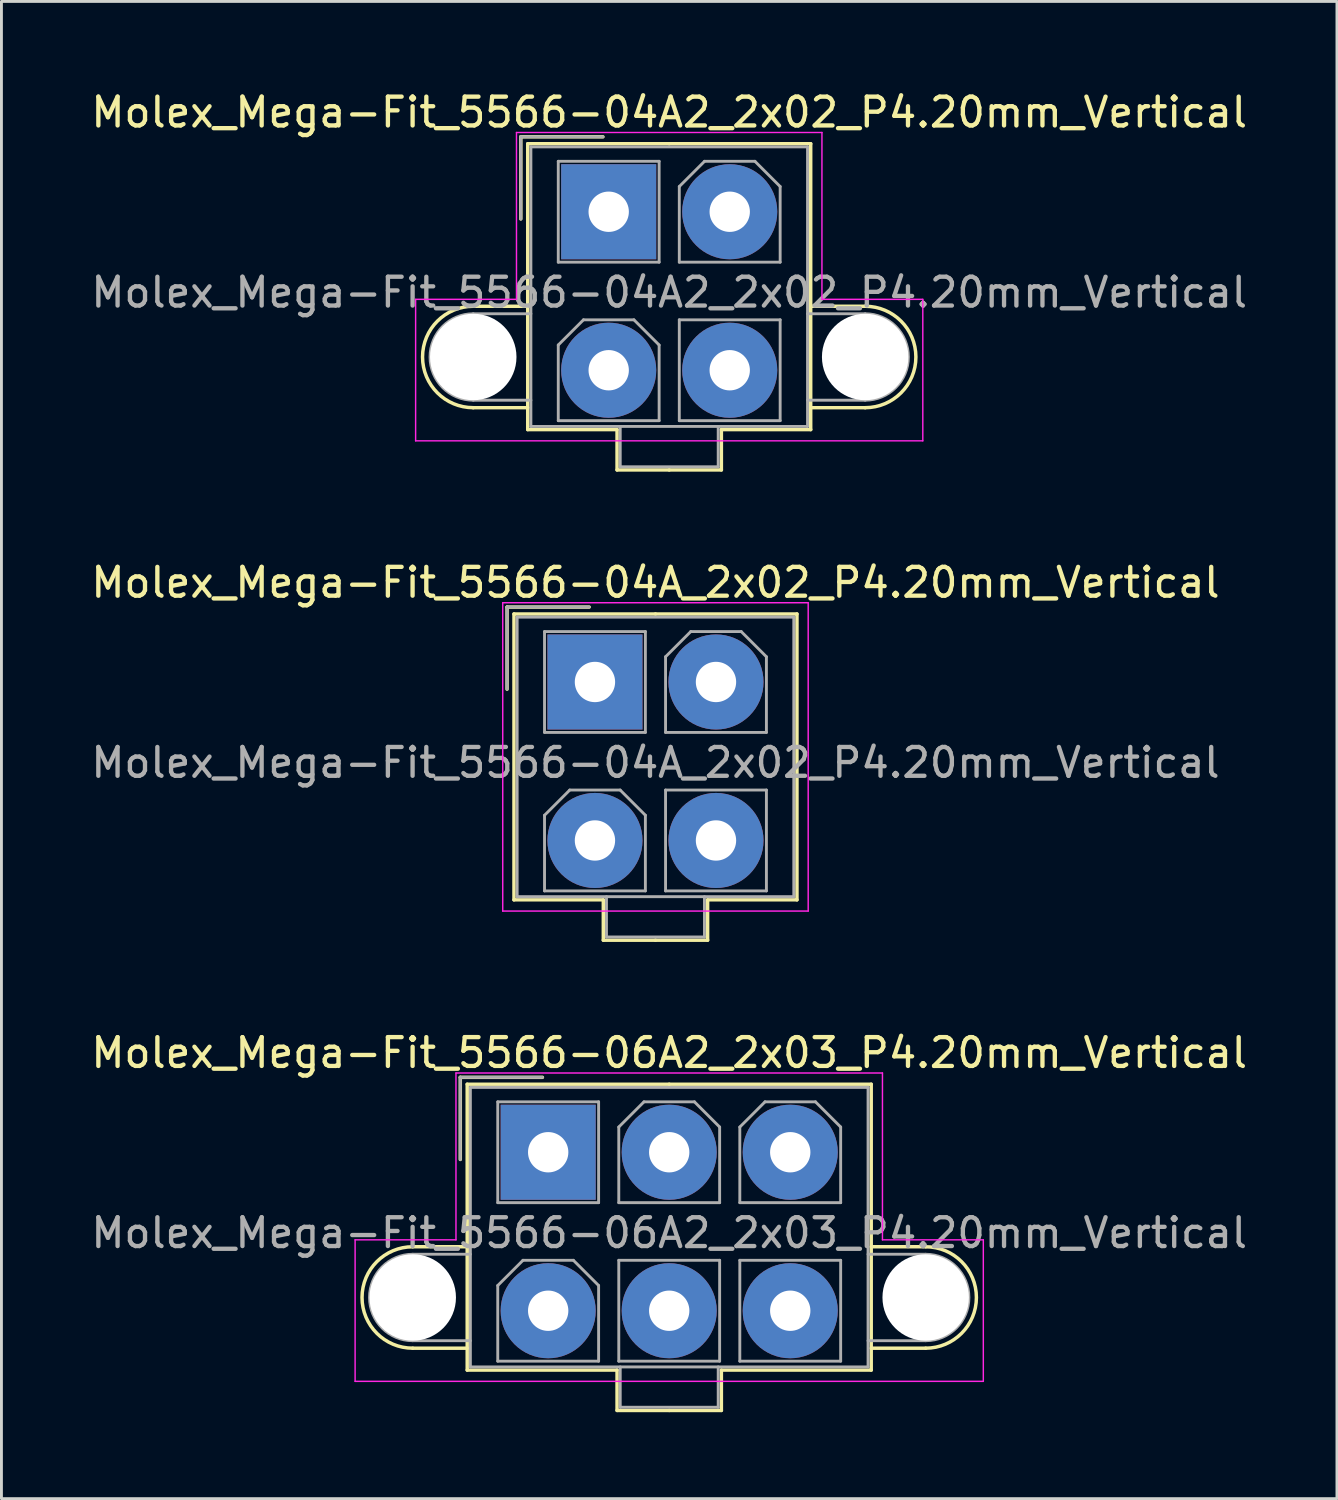
<source format=kicad_pcb>
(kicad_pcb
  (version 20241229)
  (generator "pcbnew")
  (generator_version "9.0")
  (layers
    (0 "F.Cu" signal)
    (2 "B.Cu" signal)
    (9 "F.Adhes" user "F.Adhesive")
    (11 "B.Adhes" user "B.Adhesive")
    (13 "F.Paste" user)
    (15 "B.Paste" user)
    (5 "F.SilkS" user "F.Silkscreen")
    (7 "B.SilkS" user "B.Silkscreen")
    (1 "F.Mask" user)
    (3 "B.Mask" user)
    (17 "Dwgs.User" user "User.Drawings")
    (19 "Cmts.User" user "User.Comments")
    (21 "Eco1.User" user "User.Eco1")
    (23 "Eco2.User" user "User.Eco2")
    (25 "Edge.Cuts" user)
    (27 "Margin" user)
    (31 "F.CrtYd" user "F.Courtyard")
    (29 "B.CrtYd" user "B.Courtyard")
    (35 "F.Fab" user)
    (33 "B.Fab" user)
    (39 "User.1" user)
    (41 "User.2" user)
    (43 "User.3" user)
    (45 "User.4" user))
  (footprint "Molex_Mega-Fit_5566-06A2_2x03_P4.20mm_Vertical"
    (layer "F.Cu")
    (at 15.973 36.935)
    (property "Reference" "Molex_Mega-Fit_5566-06A2_2x03_P4.20mm_Vertical" (at 4.2 -3.45 0) (layer "F.SilkS") (effects (font (size 1 1) (thickness 0.15))))
    (attr through_hole)
    (fp_line (start -4.7 3.28) (end -2.81 3.28) (stroke (width 0.12) (type solid)) (layer "F.SilkS"))
    (fp_line (start -4.7 6.8) (end -2.81 6.8) (stroke (width 0.12) (type solid)) (layer "F.SilkS"))
    (fp_line (start -3.05 -2.6) (end -3.05 0.25) (stroke (width 0.12) (type solid)) (layer "F.SilkS"))
    (fp_line (start -2.81 -2.36) (end -2.81 7.56) (stroke (width 0.12) (type solid)) (layer "F.SilkS"))
    (fp_line (start -2.81 7.56) (end 2.39 7.56) (stroke (width 0.12) (type solid)) (layer "F.SilkS"))
    (fp_line (start -0.2 -2.6) (end -3.05 -2.6) (stroke (width 0.12) (type solid)) (layer "F.SilkS"))
    (fp_line (start 2.39 7.56) (end 2.39 8.96) (stroke (width 0.12) (type solid)) (layer "F.SilkS"))
    (fp_line (start 2.39 8.96) (end 4.2 8.96) (stroke (width 0.12) (type solid)) (layer "F.SilkS"))
    (fp_line (start 4.2 -2.36) (end -2.81 -2.36) (stroke (width 0.12) (type solid)) (layer "F.SilkS"))
    (fp_line (start 4.2 -2.36) (end 11.21 -2.36) (stroke (width 0.12) (type solid)) (layer "F.SilkS"))
    (fp_line (start 6.01 7.56) (end 6.01 8.96) (stroke (width 0.12) (type solid)) (layer "F.SilkS"))
    (fp_line (start 6.01 8.96) (end 4.2 8.96) (stroke (width 0.12) (type solid)) (layer "F.SilkS"))
    (fp_line (start 11.21 -2.36) (end 11.21 7.56) (stroke (width 0.12) (type solid)) (layer "F.SilkS"))
    (fp_line (start 11.21 7.56) (end 6.01 7.56) (stroke (width 0.12) (type solid)) (layer "F.SilkS"))
    (fp_line (start 13.1 3.28) (end 11.21 3.28) (stroke (width 0.12) (type solid)) (layer "F.SilkS"))
    (fp_line (start 13.1 6.8) (end 11.21 6.8) (stroke (width 0.12) (type solid)) (layer "F.SilkS"))
    (fp_arc (start -4.7 6.8) (mid -6.46 5.04) (end -4.7 3.28) (stroke (width 0.12) (type solid)) (layer "F.SilkS"))
    (fp_arc (start 13.1 3.28) (mid 14.86 5.04) (end 13.1 6.8) (stroke (width 0.12) (type solid)) (layer "F.SilkS"))
    (fp_line (start -6.7 3.04) (end -6.7 7.95) (stroke (width 0.05) (type solid)) (layer "F.CrtYd"))
    (fp_line (start -6.7 7.95) (end 15.1 7.95) (stroke (width 0.05) (type solid)) (layer "F.CrtYd"))
    (fp_line (start -3.2 -2.75) (end -3.2 3.04) (stroke (width 0.05) (type solid)) (layer "F.CrtYd"))
    (fp_line (start -3.2 3.04) (end -6.7 3.04) (stroke (width 0.05) (type solid)) (layer "F.CrtYd"))
    (fp_line (start 11.6 -2.75) (end -3.2 -2.75) (stroke (width 0.05) (type solid)) (layer "F.CrtYd"))
    (fp_line (start 11.6 3.04) (end 11.6 -2.75) (stroke (width 0.05) (type solid)) (layer "F.CrtYd"))
    (fp_line (start 15.1 3.04) (end 11.6 3.04) (stroke (width 0.05) (type solid)) (layer "F.CrtYd"))
    (fp_line (start 15.1 7.95) (end 15.1 3.04) (stroke (width 0.05) (type solid)) (layer "F.CrtYd"))
    (fp_line (start -4.7 3.54) (end -2.7 3.54) (stroke (width 0.1) (type solid)) (layer "F.Fab"))
    (fp_line (start -4.7 6.54) (end -2.7 6.54) (stroke (width 0.1) (type solid)) (layer "F.Fab"))
    (fp_line (start -3.05 -2.6) (end -3.05 0.25) (stroke (width 0.1) (type solid)) (layer "F.Fab"))
    (fp_line (start -2.7 -2.25) (end -2.7 7.45) (stroke (width 0.1) (type solid)) (layer "F.Fab"))
    (fp_line (start -2.7 7.45) (end 11.1 7.45) (stroke (width 0.1) (type solid)) (layer "F.Fab"))
    (fp_line (start -1.75 -1.75) (end -1.75 1.75) (stroke (width 0.1) (type solid)) (layer "F.Fab"))
    (fp_line (start -1.75 1.75) (end 1.75 1.75) (stroke (width 0.1) (type solid)) (layer "F.Fab"))
    (fp_line (start -1.75 4.625) (end -0.875 3.75) (stroke (width 0.1) (type solid)) (layer "F.Fab"))
    (fp_line (start -1.75 7.25) (end -1.75 4.625) (stroke (width 0.1) (type solid)) (layer "F.Fab"))
    (fp_line (start -0.875 3.75) (end 0.875 3.75) (stroke (width 0.1) (type solid)) (layer "F.Fab"))
    (fp_line (start -0.2 -2.6) (end -3.05 -2.6) (stroke (width 0.1) (type solid)) (layer "F.Fab"))
    (fp_line (start 0.875 3.75) (end 1.75 4.625) (stroke (width 0.1) (type solid)) (layer "F.Fab"))
    (fp_line (start 1.75 -1.75) (end -1.75 -1.75) (stroke (width 0.1) (type solid)) (layer "F.Fab"))
    (fp_line (start 1.75 1.75) (end 1.75 -1.75) (stroke (width 0.1) (type solid)) (layer "F.Fab"))
    (fp_line (start 1.75 4.625) (end 1.75 7.25) (stroke (width 0.1) (type solid)) (layer "F.Fab"))
    (fp_line (start 1.75 7.25) (end -1.75 7.25) (stroke (width 0.1) (type solid)) (layer "F.Fab"))
    (fp_line (start 2.45 -0.875) (end 3.325 -1.75) (stroke (width 0.1) (type solid)) (layer "F.Fab"))
    (fp_line (start 2.45 1.75) (end 2.45 -0.875) (stroke (width 0.1) (type solid)) (layer "F.Fab"))
    (fp_line (start 2.45 3.75) (end 2.45 7.25) (stroke (width 0.1) (type solid)) (layer "F.Fab"))
    (fp_line (start 2.45 7.25) (end 5.95 7.25) (stroke (width 0.1) (type solid)) (layer "F.Fab"))
    (fp_line (start 2.5 7.45) (end 2.5 8.85) (stroke (width 0.1) (type solid)) (layer "F.Fab"))
    (fp_line (start 2.5 8.85) (end 5.9 8.85) (stroke (width 0.1) (type solid)) (layer "F.Fab"))
    (fp_line (start 3.325 -1.75) (end 5.075 -1.75) (stroke (width 0.1) (type solid)) (layer "F.Fab"))
    (fp_line (start 5.075 -1.75) (end 5.95 -0.875) (stroke (width 0.1) (type solid)) (layer "F.Fab"))
    (fp_line (start 5.9 8.85) (end 5.9 7.45) (stroke (width 0.1) (type solid)) (layer "F.Fab"))
    (fp_line (start 5.95 -0.875) (end 5.95 1.75) (stroke (width 0.1) (type solid)) (layer "F.Fab"))
    (fp_line (start 5.95 1.75) (end 2.45 1.75) (stroke (width 0.1) (type solid)) (layer "F.Fab"))
    (fp_line (start 5.95 3.75) (end 2.45 3.75) (stroke (width 0.1) (type solid)) (layer "F.Fab"))
    (fp_line (start 5.95 7.25) (end 5.95 3.75) (stroke (width 0.1) (type solid)) (layer "F.Fab"))
    (fp_line (start 6.65 -0.875) (end 7.525 -1.75) (stroke (width 0.1) (type solid)) (layer "F.Fab"))
    (fp_line (start 6.65 1.75) (end 6.65 -0.875) (stroke (width 0.1) (type solid)) (layer "F.Fab"))
    (fp_line (start 6.65 3.75) (end 6.65 7.25) (stroke (width 0.1) (type solid)) (layer "F.Fab"))
    (fp_line (start 6.65 7.25) (end 10.15 7.25) (stroke (width 0.1) (type solid)) (layer "F.Fab"))
    (fp_line (start 7.525 -1.75) (end 9.275 -1.75) (stroke (width 0.1) (type solid)) (layer "F.Fab"))
    (fp_line (start 9.275 -1.75) (end 10.15 -0.875) (stroke (width 0.1) (type solid)) (layer "F.Fab"))
    (fp_line (start 10.15 -0.875) (end 10.15 1.75) (stroke (width 0.1) (type solid)) (layer "F.Fab"))
    (fp_line (start 10.15 1.75) (end 6.65 1.75) (stroke (width 0.1) (type solid)) (layer "F.Fab"))
    (fp_line (start 10.15 3.75) (end 6.65 3.75) (stroke (width 0.1) (type solid)) (layer "F.Fab"))
    (fp_line (start 10.15 7.25) (end 10.15 3.75) (stroke (width 0.1) (type solid)) (layer "F.Fab"))
    (fp_line (start 11.1 -2.25) (end -2.7 -2.25) (stroke (width 0.1) (type solid)) (layer "F.Fab"))
    (fp_line (start 11.1 7.45) (end 11.1 -2.25) (stroke (width 0.1) (type solid)) (layer "F.Fab"))
    (fp_line (start 13.1 3.54) (end 11.1 3.54) (stroke (width 0.1) (type solid)) (layer "F.Fab"))
    (fp_line (start 13.1 6.54) (end 11.1 6.54) (stroke (width 0.1) (type solid)) (layer "F.Fab"))
    (fp_arc (start -4.7 6.54) (mid -6.2 5.04) (end -4.7 3.54) (stroke (width 0.1) (type solid)) (layer "F.Fab"))
    (fp_arc (start 13.1 3.54) (mid 14.6 5.04) (end 13.1 6.54) (stroke (width 0.1) (type solid)) (layer "F.Fab"))
    (fp_text user "${REFERENCE}" (at 4.2 2.8 0) (layer "F.Fab") (effects (font (size 1 1) (thickness 0.15))))
    (pad "" np_thru_hole circle (at -4.7 5.04) (size 3 3) (drill 3) (layers "*.Cu" "*.Mask"))
    (pad "" np_thru_hole circle (at 13.1 5.04) (size 3 3) (drill 3) (layers "*.Cu" "*.Mask"))
    (pad "1" thru_hole rect (at 0 0) (size 3.3 3.3) (drill 1.4) (layers "*.Cu" "*.Mask"))
    (pad "2" thru_hole circle (at 4.2 0) (size 3.3 3.3) (drill 1.4) (layers "*.Cu" "*.Mask"))
    (pad "3" thru_hole circle (at 8.4 0) (size 3.3 3.3) (drill 1.4) (layers "*.Cu" "*.Mask"))
    (pad "4" thru_hole circle (at 0 5.5) (size 3.3 3.3) (drill 1.4) (layers "*.Cu" "*.Mask"))
    (pad "5" thru_hole circle (at 4.2 5.5) (size 3.3 3.3) (drill 1.4) (layers "*.Cu" "*.Mask"))
    (pad "6" thru_hole circle (at 8.4 5.5) (size 3.3 3.3) (drill 1.4) (layers "*.Cu" "*.Mask")))
  (footprint "Molex_Mega-Fit_5566-04A2_2x02_P4.20mm_Vertical"
    (layer "F.Cu")
    (at 18.073 4.298)
    (property "Reference" "Molex_Mega-Fit_5566-04A2_2x02_P4.20mm_Vertical" (at 2.1 -3.45 0) (layer "F.SilkS") (effects (font (size 1 1) (thickness 0.15))))
    (attr through_hole)
    (fp_line (start -4.7 3.28) (end -2.81 3.28) (stroke (width 0.12) (type solid)) (layer "F.SilkS"))
    (fp_line (start -4.7 6.8) (end -2.81 6.8) (stroke (width 0.12) (type solid)) (layer "F.SilkS"))
    (fp_line (start -3.05 -2.6) (end -3.05 0.25) (stroke (width 0.12) (type solid)) (layer "F.SilkS"))
    (fp_line (start -2.81 -2.36) (end -2.81 7.56) (stroke (width 0.12) (type solid)) (layer "F.SilkS"))
    (fp_line (start -2.81 7.56) (end 0.29 7.56) (stroke (width 0.12) (type solid)) (layer "F.SilkS"))
    (fp_line (start -0.2 -2.6) (end -3.05 -2.6) (stroke (width 0.12) (type solid)) (layer "F.SilkS"))
    (fp_line (start 0.29 7.56) (end 0.29 8.96) (stroke (width 0.12) (type solid)) (layer "F.SilkS"))
    (fp_line (start 0.29 8.96) (end 2.1 8.96) (stroke (width 0.12) (type solid)) (layer "F.SilkS"))
    (fp_line (start 2.1 -2.36) (end -2.81 -2.36) (stroke (width 0.12) (type solid)) (layer "F.SilkS"))
    (fp_line (start 2.1 -2.36) (end 7.01 -2.36) (stroke (width 0.12) (type solid)) (layer "F.SilkS"))
    (fp_line (start 3.91 7.56) (end 3.91 8.96) (stroke (width 0.12) (type solid)) (layer "F.SilkS"))
    (fp_line (start 3.91 8.96) (end 2.1 8.96) (stroke (width 0.12) (type solid)) (layer "F.SilkS"))
    (fp_line (start 7.01 -2.36) (end 7.01 7.56) (stroke (width 0.12) (type solid)) (layer "F.SilkS"))
    (fp_line (start 7.01 7.56) (end 3.91 7.56) (stroke (width 0.12) (type solid)) (layer "F.SilkS"))
    (fp_line (start 8.9 3.28) (end 7.01 3.28) (stroke (width 0.12) (type solid)) (layer "F.SilkS"))
    (fp_line (start 8.9 6.8) (end 7.01 6.8) (stroke (width 0.12) (type solid)) (layer "F.SilkS"))
    (fp_arc (start -4.7 6.8) (mid -6.46 5.04) (end -4.7 3.28) (stroke (width 0.12) (type solid)) (layer "F.SilkS"))
    (fp_arc (start 8.9 3.28) (mid 10.66 5.04) (end 8.9 6.8) (stroke (width 0.12) (type solid)) (layer "F.SilkS"))
    (fp_line (start -6.7 3.04) (end -6.7 7.95) (stroke (width 0.05) (type solid)) (layer "F.CrtYd"))
    (fp_line (start -6.7 7.95) (end 10.9 7.95) (stroke (width 0.05) (type solid)) (layer "F.CrtYd"))
    (fp_line (start -3.2 -2.75) (end -3.2 3.04) (stroke (width 0.05) (type solid)) (layer "F.CrtYd"))
    (fp_line (start -3.2 3.04) (end -6.7 3.04) (stroke (width 0.05) (type solid)) (layer "F.CrtYd"))
    (fp_line (start 7.4 -2.75) (end -3.2 -2.75) (stroke (width 0.05) (type solid)) (layer "F.CrtYd"))
    (fp_line (start 7.4 3.04) (end 7.4 -2.75) (stroke (width 0.05) (type solid)) (layer "F.CrtYd"))
    (fp_line (start 10.9 3.04) (end 7.4 3.04) (stroke (width 0.05) (type solid)) (layer "F.CrtYd"))
    (fp_line (start 10.9 7.95) (end 10.9 3.04) (stroke (width 0.05) (type solid)) (layer "F.CrtYd"))
    (fp_line (start -4.7 3.54) (end -2.7 3.54) (stroke (width 0.1) (type solid)) (layer "F.Fab"))
    (fp_line (start -4.7 6.54) (end -2.7 6.54) (stroke (width 0.1) (type solid)) (layer "F.Fab"))
    (fp_line (start -3.05 -2.6) (end -3.05 0.25) (stroke (width 0.1) (type solid)) (layer "F.Fab"))
    (fp_line (start -2.7 -2.25) (end -2.7 7.45) (stroke (width 0.1) (type solid)) (layer "F.Fab"))
    (fp_line (start -2.7 7.45) (end 6.9 7.45) (stroke (width 0.1) (type solid)) (layer "F.Fab"))
    (fp_line (start -1.75 -1.75) (end -1.75 1.75) (stroke (width 0.1) (type solid)) (layer "F.Fab"))
    (fp_line (start -1.75 1.75) (end 1.75 1.75) (stroke (width 0.1) (type solid)) (layer "F.Fab"))
    (fp_line (start -1.75 4.625) (end -0.875 3.75) (stroke (width 0.1) (type solid)) (layer "F.Fab"))
    (fp_line (start -1.75 7.25) (end -1.75 4.625) (stroke (width 0.1) (type solid)) (layer "F.Fab"))
    (fp_line (start -0.875 3.75) (end 0.875 3.75) (stroke (width 0.1) (type solid)) (layer "F.Fab"))
    (fp_line (start -0.2 -2.6) (end -3.05 -2.6) (stroke (width 0.1) (type solid)) (layer "F.Fab"))
    (fp_line (start 0.4 7.45) (end 0.4 8.85) (stroke (width 0.1) (type solid)) (layer "F.Fab"))
    (fp_line (start 0.4 8.85) (end 3.8 8.85) (stroke (width 0.1) (type solid)) (layer "F.Fab"))
    (fp_line (start 0.875 3.75) (end 1.75 4.625) (stroke (width 0.1) (type solid)) (layer "F.Fab"))
    (fp_line (start 1.75 -1.75) (end -1.75 -1.75) (stroke (width 0.1) (type solid)) (layer "F.Fab"))
    (fp_line (start 1.75 1.75) (end 1.75 -1.75) (stroke (width 0.1) (type solid)) (layer "F.Fab"))
    (fp_line (start 1.75 4.625) (end 1.75 7.25) (stroke (width 0.1) (type solid)) (layer "F.Fab"))
    (fp_line (start 1.75 7.25) (end -1.75 7.25) (stroke (width 0.1) (type solid)) (layer "F.Fab"))
    (fp_line (start 2.45 -0.875) (end 3.325 -1.75) (stroke (width 0.1) (type solid)) (layer "F.Fab"))
    (fp_line (start 2.45 1.75) (end 2.45 -0.875) (stroke (width 0.1) (type solid)) (layer "F.Fab"))
    (fp_line (start 2.45 3.75) (end 2.45 7.25) (stroke (width 0.1) (type solid)) (layer "F.Fab"))
    (fp_line (start 2.45 7.25) (end 5.95 7.25) (stroke (width 0.1) (type solid)) (layer "F.Fab"))
    (fp_line (start 3.325 -1.75) (end 5.075 -1.75) (stroke (width 0.1) (type solid)) (layer "F.Fab"))
    (fp_line (start 3.8 8.85) (end 3.8 7.45) (stroke (width 0.1) (type solid)) (layer "F.Fab"))
    (fp_line (start 5.075 -1.75) (end 5.95 -0.875) (stroke (width 0.1) (type solid)) (layer "F.Fab"))
    (fp_line (start 5.95 -0.875) (end 5.95 1.75) (stroke (width 0.1) (type solid)) (layer "F.Fab"))
    (fp_line (start 5.95 1.75) (end 2.45 1.75) (stroke (width 0.1) (type solid)) (layer "F.Fab"))
    (fp_line (start 5.95 3.75) (end 2.45 3.75) (stroke (width 0.1) (type solid)) (layer "F.Fab"))
    (fp_line (start 5.95 7.25) (end 5.95 3.75) (stroke (width 0.1) (type solid)) (layer "F.Fab"))
    (fp_line (start 6.9 -2.25) (end -2.7 -2.25) (stroke (width 0.1) (type solid)) (layer "F.Fab"))
    (fp_line (start 6.9 7.45) (end 6.9 -2.25) (stroke (width 0.1) (type solid)) (layer "F.Fab"))
    (fp_line (start 8.9 3.54) (end 6.9 3.54) (stroke (width 0.1) (type solid)) (layer "F.Fab"))
    (fp_line (start 8.9 6.54) (end 6.9 6.54) (stroke (width 0.1) (type solid)) (layer "F.Fab"))
    (fp_arc (start -4.7 6.54) (mid -6.2 5.04) (end -4.7 3.54) (stroke (width 0.1) (type solid)) (layer "F.Fab"))
    (fp_arc (start 8.9 3.54) (mid 10.4 5.04) (end 8.9 6.54) (stroke (width 0.1) (type solid)) (layer "F.Fab"))
    (fp_text user "${REFERENCE}" (at 2.1 2.8 0) (layer "F.Fab") (effects (font (size 1 1) (thickness 0.15))))
    (pad "" np_thru_hole circle (at -4.7 5.04) (size 3 3) (drill 3) (layers "*.Cu" "*.Mask"))
    (pad "" np_thru_hole circle (at 8.9 5.04) (size 3 3) (drill 3) (layers "*.Cu" "*.Mask"))
    (pad "1" thru_hole rect (at 0 0) (size 3.3 3.3) (drill 1.4) (layers "*.Cu" "*.Mask"))
    (pad "2" thru_hole circle (at 4.2 0) (size 3.3 3.3) (drill 1.4) (layers "*.Cu" "*.Mask"))
    (pad "3" thru_hole circle (at 0 5.5) (size 3.3 3.3) (drill 1.4) (layers "*.Cu" "*.Mask"))
    (pad "4" thru_hole circle (at 4.2 5.5) (size 3.3 3.3) (drill 1.4) (layers "*.Cu" "*.Mask")))
  (footprint "Molex_Mega-Fit_5566-04A_2x02_P4.20mm_Vertical"
    (layer "F.Cu")
    (at 17.596 20.616)
    (property "Reference" "Molex_Mega-Fit_5566-04A_2x02_P4.20mm_Vertical" (at 2.1 -3.45 0) (layer "F.SilkS") (effects (font (size 1 1) (thickness 0.15))))
    (attr through_hole)
    (fp_line (start -3.05 -2.6) (end -3.05 0.25) (stroke (width 0.12) (type solid)) (layer "F.SilkS"))
    (fp_line (start -2.81 -2.36) (end -2.81 7.56) (stroke (width 0.12) (type solid)) (layer "F.SilkS"))
    (fp_line (start -2.81 7.56) (end 0.29 7.56) (stroke (width 0.12) (type solid)) (layer "F.SilkS"))
    (fp_line (start -0.2 -2.6) (end -3.05 -2.6) (stroke (width 0.12) (type solid)) (layer "F.SilkS"))
    (fp_line (start 0.29 7.56) (end 0.29 8.96) (stroke (width 0.12) (type solid)) (layer "F.SilkS"))
    (fp_line (start 0.29 8.96) (end 2.1 8.96) (stroke (width 0.12) (type solid)) (layer "F.SilkS"))
    (fp_line (start 2.1 -2.36) (end -2.81 -2.36) (stroke (width 0.12) (type solid)) (layer "F.SilkS"))
    (fp_line (start 2.1 -2.36) (end 7.01 -2.36) (stroke (width 0.12) (type solid)) (layer "F.SilkS"))
    (fp_line (start 3.91 7.56) (end 3.91 8.96) (stroke (width 0.12) (type solid)) (layer "F.SilkS"))
    (fp_line (start 3.91 8.96) (end 2.1 8.96) (stroke (width 0.12) (type solid)) (layer "F.SilkS"))
    (fp_line (start 7.01 -2.36) (end 7.01 7.56) (stroke (width 0.12) (type solid)) (layer "F.SilkS"))
    (fp_line (start 7.01 7.56) (end 3.91 7.56) (stroke (width 0.12) (type solid)) (layer "F.SilkS"))
    (fp_line (start -3.2 -2.75) (end -3.2 7.95) (stroke (width 0.05) (type solid)) (layer "F.CrtYd"))
    (fp_line (start -3.2 7.95) (end 7.4 7.95) (stroke (width 0.05) (type solid)) (layer "F.CrtYd"))
    (fp_line (start 7.4 -2.75) (end -3.2 -2.75) (stroke (width 0.05) (type solid)) (layer "F.CrtYd"))
    (fp_line (start 7.4 7.95) (end 7.4 -2.75) (stroke (width 0.05) (type solid)) (layer "F.CrtYd"))
    (fp_line (start -3.05 -2.6) (end -3.05 0.25) (stroke (width 0.1) (type solid)) (layer "F.Fab"))
    (fp_line (start -2.7 -2.25) (end -2.7 7.45) (stroke (width 0.1) (type solid)) (layer "F.Fab"))
    (fp_line (start -2.7 7.45) (end 6.9 7.45) (stroke (width 0.1) (type solid)) (layer "F.Fab"))
    (fp_line (start -1.75 -1.75) (end -1.75 1.75) (stroke (width 0.1) (type solid)) (layer "F.Fab"))
    (fp_line (start -1.75 1.75) (end 1.75 1.75) (stroke (width 0.1) (type solid)) (layer "F.Fab"))
    (fp_line (start -1.75 4.625) (end -0.875 3.75) (stroke (width 0.1) (type solid)) (layer "F.Fab"))
    (fp_line (start -1.75 7.25) (end -1.75 4.625) (stroke (width 0.1) (type solid)) (layer "F.Fab"))
    (fp_line (start -0.875 3.75) (end 0.875 3.75) (stroke (width 0.1) (type solid)) (layer "F.Fab"))
    (fp_line (start -0.2 -2.6) (end -3.05 -2.6) (stroke (width 0.1) (type solid)) (layer "F.Fab"))
    (fp_line (start 0.4 7.45) (end 0.4 8.85) (stroke (width 0.1) (type solid)) (layer "F.Fab"))
    (fp_line (start 0.4 8.85) (end 3.8 8.85) (stroke (width 0.1) (type solid)) (layer "F.Fab"))
    (fp_line (start 0.875 3.75) (end 1.75 4.625) (stroke (width 0.1) (type solid)) (layer "F.Fab"))
    (fp_line (start 1.75 -1.75) (end -1.75 -1.75) (stroke (width 0.1) (type solid)) (layer "F.Fab"))
    (fp_line (start 1.75 1.75) (end 1.75 -1.75) (stroke (width 0.1) (type solid)) (layer "F.Fab"))
    (fp_line (start 1.75 4.625) (end 1.75 7.25) (stroke (width 0.1) (type solid)) (layer "F.Fab"))
    (fp_line (start 1.75 7.25) (end -1.75 7.25) (stroke (width 0.1) (type solid)) (layer "F.Fab"))
    (fp_line (start 2.45 -0.875) (end 3.325 -1.75) (stroke (width 0.1) (type solid)) (layer "F.Fab"))
    (fp_line (start 2.45 1.75) (end 2.45 -0.875) (stroke (width 0.1) (type solid)) (layer "F.Fab"))
    (fp_line (start 2.45 3.75) (end 2.45 7.25) (stroke (width 0.1) (type solid)) (layer "F.Fab"))
    (fp_line (start 2.45 7.25) (end 5.95 7.25) (stroke (width 0.1) (type solid)) (layer "F.Fab"))
    (fp_line (start 3.325 -1.75) (end 5.075 -1.75) (stroke (width 0.1) (type solid)) (layer "F.Fab"))
    (fp_line (start 3.8 8.85) (end 3.8 7.45) (stroke (width 0.1) (type solid)) (layer "F.Fab"))
    (fp_line (start 5.075 -1.75) (end 5.95 -0.875) (stroke (width 0.1) (type solid)) (layer "F.Fab"))
    (fp_line (start 5.95 -0.875) (end 5.95 1.75) (stroke (width 0.1) (type solid)) (layer "F.Fab"))
    (fp_line (start 5.95 1.75) (end 2.45 1.75) (stroke (width 0.1) (type solid)) (layer "F.Fab"))
    (fp_line (start 5.95 3.75) (end 2.45 3.75) (stroke (width 0.1) (type solid)) (layer "F.Fab"))
    (fp_line (start 5.95 7.25) (end 5.95 3.75) (stroke (width 0.1) (type solid)) (layer "F.Fab"))
    (fp_line (start 6.9 -2.25) (end -2.7 -2.25) (stroke (width 0.1) (type solid)) (layer "F.Fab"))
    (fp_line (start 6.9 7.45) (end 6.9 -2.25) (stroke (width 0.1) (type solid)) (layer "F.Fab"))
    (fp_text user "${REFERENCE}" (at 2.1 2.8 0) (layer "F.Fab") (effects (font (size 1 1) (thickness 0.15))))
    (pad "1" thru_hole rect (at 0 0) (size 3.3 3.3) (drill 1.4) (layers "*.Cu" "*.Mask"))
    (pad "2" thru_hole circle (at 4.2 0) (size 3.3 3.3) (drill 1.4) (layers "*.Cu" "*.Mask"))
    (pad "3" thru_hole circle (at 0 5.5) (size 3.3 3.3) (drill 1.4) (layers "*.Cu" "*.Mask"))
    (pad "4" thru_hole circle (at 4.2 5.5) (size 3.3 3.3) (drill 1.4) (layers "*.Cu" "*.Mask")))
  (gr_rect
    (start -3 -3)
    (end 43.345 48.955)
    (stroke (width 0.1) (type default))
    (fill no)
    (layer "Edge.Cuts")))
</source>
